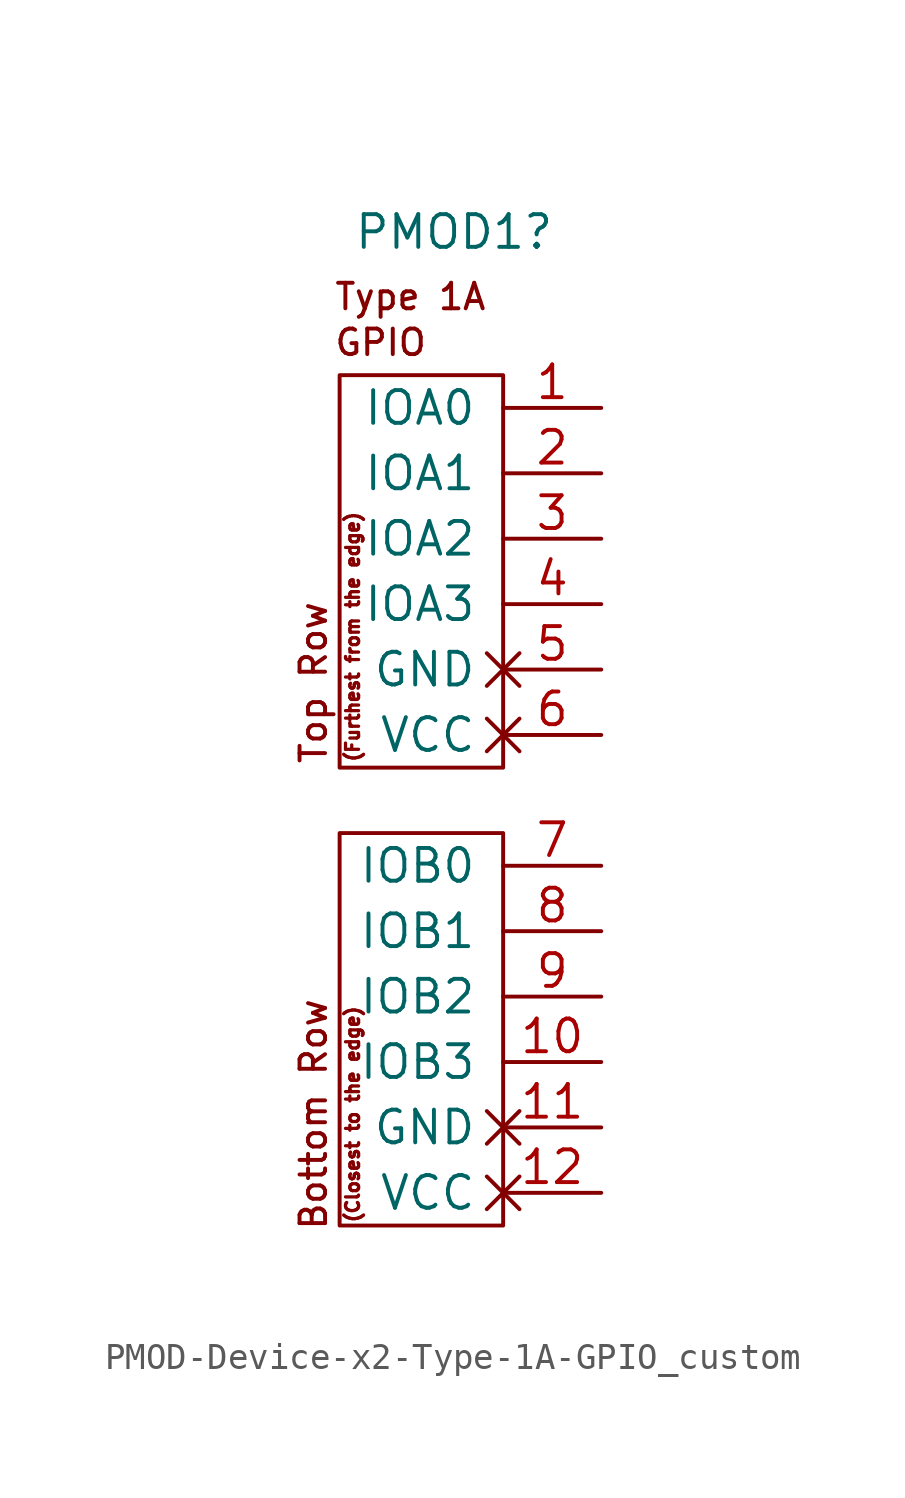
<source format=kicad_sym>
(kicad_symbol_lib
  (version 20241209)
  (generator "kicad_symbol_editor")
  (generator_version "9.0")
  (symbol "PMOD-Device-x2-Type-1A-GPIO_custom"
    (pin_names
      (offset 1.016))
    (property "Reference" "PMOD1"
      (at -1.905 20.803 0)
      (effects (font (size 1.27 1.27))))
    (property "Datasheet" ""
      (at -1.27 7.62 0)
      (effects (font (size 1.524 1.524))))
    (property "Description" ""
      (at 0 0 0)
      (effects (font (size 1.27 1.27))))
    (symbol "PMOD-Device-x2-Type-1A-GPIO_custom_0_0"
      (text "Top Row" (at -7.366 3.302 900) (effects (font (size 0.991 0.991))))
      (text "Bottom Row" (at -7.366 -13.462 900) (effects (font (size 0.991 0.991))))
      (text "Type 1A" (at -6.604 18.288 0) (effects (font (size 0.991 0.991)) (justify left)))
      (text "GPIO" (at -6.604 16.51 0) (effects (font (size 0.991 0.991)) (justify left)))
      (text "(Furthest from the edge)" (at -5.842 5.08 900) (effects (font (size 0.508 0.508))))
      (text "(Closest to the edge)" (at -5.842 -13.462 900) (effects (font (size 0.508 0.508)))))
    (symbol "PMOD-Device-x2-Type-1A-GPIO_custom_0_1"
      (rectangle (start -6.35 -2.54) (end 0 -17.78) (stroke (width 0) (type default)) (fill (type none)))
      (rectangle (start 0 15.24) (end -6.35 0) (stroke (width 0) (type default)) (fill (type none))))
    (symbol "PMOD-Device-x2-Type-1A-GPIO_custom_1_1"
      (pin bidirectional line (at 3.81 13.97 180) (length 3.81) (name "IOA0" (effects (font (size 1.27 1.27)))) (number "1" (effects (font (size 1.27 1.27)))))
      (pin bidirectional line (at 3.81 11.43 180) (length 3.81) (name "IOA1" (effects (font (size 1.27 1.27)))) (number "2" (effects (font (size 1.27 1.27)))))
      (pin bidirectional line (at 3.81 8.89 180) (length 3.81) (name "IOA2" (effects (font (size 1.27 1.27)))) (number "3" (effects (font (size 1.27 1.27)))))
      (pin bidirectional line (at 3.81 6.35 180) (length 3.81) (name "IOA3" (effects (font (size 1.27 1.27)))) (number "4" (effects (font (size 1.27 1.27)))))
      (pin power_in non_logic (at 3.81 3.81 180) (length 3.81) (name "GND" (effects (font (size 1.27 1.27)))) (number "5" (effects (font (size 1.27 1.27)))))
      (pin power_in non_logic (at 3.81 1.27 180) (length 3.81) (name "VCC" (effects (font (size 1.27 1.27)))) (number "6" (effects (font (size 1.27 1.27)))))
      (pin bidirectional line (at 3.81 -3.81 180) (length 3.81) (name "IOB0" (effects (font (size 1.27 1.27)))) (number "7" (effects (font (size 1.27 1.27)))))
      (pin bidirectional line (at 3.81 -6.35 180) (length 3.81) (name "IOB1" (effects (font (size 1.27 1.27)))) (number "8" (effects (font (size 1.27 1.27)))))
      (pin bidirectional line (at 3.81 -8.89 180) (length 3.81) (name "IOB2" (effects (font (size 1.27 1.27)))) (number "9" (effects (font (size 1.27 1.27)))))
      (pin bidirectional line (at 3.81 -11.43 180) (length 3.81) (name "IOB3" (effects (font (size 1.27 1.27)))) (number "10" (effects (font (size 1.27 1.27)))))
      (pin power_in non_logic (at 3.81 -13.97 180) (length 3.81) (name "GND" (effects (font (size 1.27 1.27)))) (number "11" (effects (font (size 1.27 1.27)))))
      (pin power_in non_logic (at 3.81 -16.51 180) (length 3.81) (name "VCC" (effects (font (size 1.27 1.27)))) (number "12" (effects (font (size 1.27 1.27))))))))
</source>
